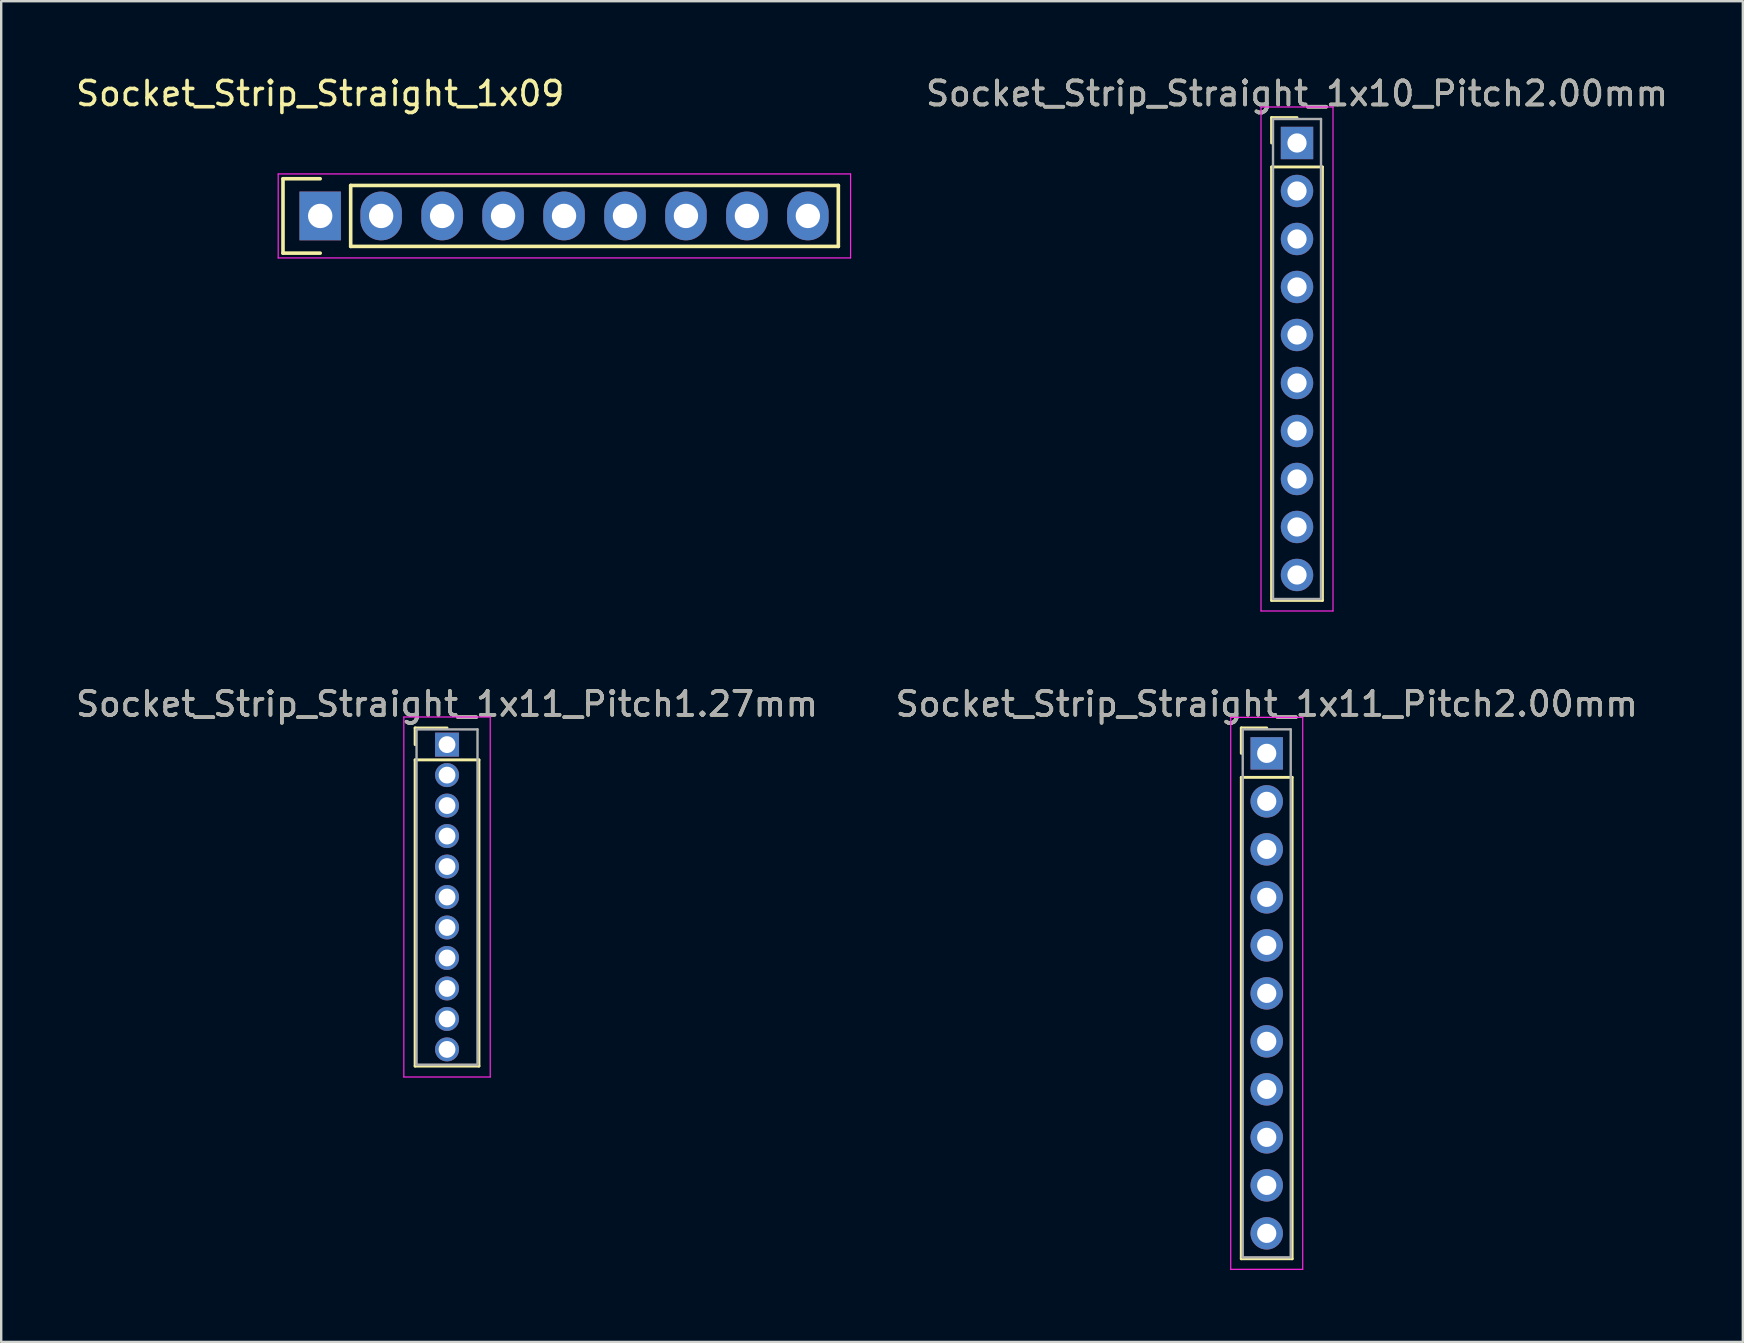
<source format=kicad_pcb>
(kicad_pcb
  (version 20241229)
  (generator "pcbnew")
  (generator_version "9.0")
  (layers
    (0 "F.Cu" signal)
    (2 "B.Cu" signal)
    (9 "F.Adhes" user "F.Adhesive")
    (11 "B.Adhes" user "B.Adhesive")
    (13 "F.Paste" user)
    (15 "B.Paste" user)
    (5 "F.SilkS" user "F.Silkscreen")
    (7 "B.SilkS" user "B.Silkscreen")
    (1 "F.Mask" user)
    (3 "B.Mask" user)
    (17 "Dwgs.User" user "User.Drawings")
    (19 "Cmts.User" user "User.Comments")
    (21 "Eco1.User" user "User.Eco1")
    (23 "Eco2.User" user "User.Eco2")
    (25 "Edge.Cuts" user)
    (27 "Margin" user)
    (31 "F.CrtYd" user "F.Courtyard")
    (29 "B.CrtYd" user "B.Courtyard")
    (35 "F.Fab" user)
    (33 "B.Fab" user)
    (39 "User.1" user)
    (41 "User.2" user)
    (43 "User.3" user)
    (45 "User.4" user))
  (footprint "Socket_Strip_Straight_1x09"
    (layer "F.Cu")
    (at 10.292 5.948)
    (property "Reference" "Socket_Strip_Straight_1x09" (at 0 -5.1 0) (layer "F.SilkS") (effects (font (size 1 1) (thickness 0.15))))
    (attr through_hole)
    (fp_line (start -1.55 -1.55) (end -1.55 1.55) (stroke (width 0.15) (type solid)) (layer "F.SilkS"))
    (fp_line (start -1.55 1.55) (end 0 1.55) (stroke (width 0.15) (type solid)) (layer "F.SilkS"))
    (fp_line (start 0 -1.55) (end -1.55 -1.55) (stroke (width 0.15) (type solid)) (layer "F.SilkS"))
    (fp_line (start 1.27 1.27) (end 1.27 -1.27) (stroke (width 0.15) (type solid)) (layer "F.SilkS"))
    (fp_line (start 1.27 1.27) (end 21.59 1.27) (stroke (width 0.15) (type solid)) (layer "F.SilkS"))
    (fp_line (start 21.59 -1.27) (end 1.27 -1.27) (stroke (width 0.15) (type solid)) (layer "F.SilkS"))
    (fp_line (start 21.59 1.27) (end 21.59 -1.27) (stroke (width 0.15) (type solid)) (layer "F.SilkS"))
    (fp_line (start -1.75 -1.75) (end -1.75 1.75) (stroke (width 0.05) (type solid)) (layer "F.CrtYd"))
    (fp_line (start -1.75 -1.75) (end 22.1 -1.75) (stroke (width 0.05) (type solid)) (layer "F.CrtYd"))
    (fp_line (start -1.75 1.75) (end 22.1 1.75) (stroke (width 0.05) (type solid)) (layer "F.CrtYd"))
    (fp_line (start 22.1 -1.75) (end 22.1 1.75) (stroke (width 0.05) (type solid)) (layer "F.CrtYd"))
    (pad "1" thru_hole rect (at 0 0) (size 1.727 2.032) (drill 1.016) (layers "*.Cu" "*.Mask"))
    (pad "2" thru_hole oval (at 2.54 0) (size 1.727 2.032) (drill 1.016) (layers "*.Cu" "*.Mask"))
    (pad "3" thru_hole oval (at 5.08 0) (size 1.727 2.032) (drill 1.016) (layers "*.Cu" "*.Mask"))
    (pad "4" thru_hole oval (at 7.62 0) (size 1.727 2.032) (drill 1.016) (layers "*.Cu" "*.Mask"))
    (pad "5" thru_hole oval (at 10.16 0) (size 1.727 2.032) (drill 1.016) (layers "*.Cu" "*.Mask"))
    (pad "6" thru_hole oval (at 12.7 0) (size 1.727 2.032) (drill 1.016) (layers "*.Cu" "*.Mask"))
    (pad "7" thru_hole oval (at 15.24 0) (size 1.727 2.032) (drill 1.016) (layers "*.Cu" "*.Mask"))
    (pad "8" thru_hole oval (at 17.78 0) (size 1.727 2.032) (drill 1.016) (layers "*.Cu" "*.Mask"))
    (pad "9" thru_hole oval (at 20.32 0) (size 1.727 2.032) (drill 1.016) (layers "*.Cu" "*.Mask")))
  (footprint "Socket_Strip_Straight_1x11_Pitch2.00mm"
    (layer "F.Cu")
    (at 49.732 28.341)
    (property "Reference" "Socket_Strip_Straight_1x11_Pitch2.00mm" (at 0 -2.06 0) (layer "F.SilkS") (effects (font (size 1 1) (thickness 0.15))))
    (attr through_hole)
    (fp_line (start -1.06 -1.06) (end 0 -1.06) (stroke (width 0.12) (type solid)) (layer "F.SilkS"))
    (fp_line (start -1.06 0) (end -1.06 -1.06) (stroke (width 0.12) (type solid)) (layer "F.SilkS"))
    (fp_line (start -1.06 1) (end -1.06 21.06) (stroke (width 0.12) (type solid)) (layer "F.SilkS"))
    (fp_line (start -1.06 21.06) (end 1.06 21.06) (stroke (width 0.12) (type solid)) (layer "F.SilkS"))
    (fp_line (start 1.06 1) (end -1.06 1) (stroke (width 0.12) (type solid)) (layer "F.SilkS"))
    (fp_line (start 1.06 21.06) (end 1.06 1) (stroke (width 0.12) (type solid)) (layer "F.SilkS"))
    (fp_line (start -1.5 -1.5) (end -1.5 21.5) (stroke (width 0.05) (type solid)) (layer "F.CrtYd"))
    (fp_line (start -1.5 21.5) (end 1.5 21.5) (stroke (width 0.05) (type solid)) (layer "F.CrtYd"))
    (fp_line (start 1.5 -1.5) (end -1.5 -1.5) (stroke (width 0.05) (type solid)) (layer "F.CrtYd"))
    (fp_line (start 1.5 21.5) (end 1.5 -1.5) (stroke (width 0.05) (type solid)) (layer "F.CrtYd"))
    (fp_line (start -1 -1) (end -1 21) (stroke (width 0.1) (type solid)) (layer "F.Fab"))
    (fp_line (start -1 21) (end 1 21) (stroke (width 0.1) (type solid)) (layer "F.Fab"))
    (fp_line (start 1 -1) (end -1 -1) (stroke (width 0.1) (type solid)) (layer "F.Fab"))
    (fp_line (start 1 21) (end 1 -1) (stroke (width 0.1) (type solid)) (layer "F.Fab"))
    (fp_text user "${REFERENCE}" (at 0 -2.06 0) (layer "F.Fab") (effects (font (size 1 1) (thickness 0.15))))
    (pad "1" thru_hole rect (at 0 0) (size 1.35 1.35) (drill 0.8) (layers "*.Cu" "*.Mask"))
    (pad "2" thru_hole oval (at 0 2) (size 1.35 1.35) (drill 0.8) (layers "*.Cu" "*.Mask"))
    (pad "3" thru_hole oval (at 0 4) (size 1.35 1.35) (drill 0.8) (layers "*.Cu" "*.Mask"))
    (pad "4" thru_hole oval (at 0 6) (size 1.35 1.35) (drill 0.8) (layers "*.Cu" "*.Mask"))
    (pad "5" thru_hole oval (at 0 8) (size 1.35 1.35) (drill 0.8) (layers "*.Cu" "*.Mask"))
    (pad "6" thru_hole oval (at 0 10) (size 1.35 1.35) (drill 0.8) (layers "*.Cu" "*.Mask"))
    (pad "7" thru_hole oval (at 0 12) (size 1.35 1.35) (drill 0.8) (layers "*.Cu" "*.Mask"))
    (pad "8" thru_hole oval (at 0 14) (size 1.35 1.35) (drill 0.8) (layers "*.Cu" "*.Mask"))
    (pad "9" thru_hole oval (at 0 16) (size 1.35 1.35) (drill 0.8) (layers "*.Cu" "*.Mask"))
    (pad "10" thru_hole oval (at 0 18) (size 1.35 1.35) (drill 0.8) (layers "*.Cu" "*.Mask"))
    (pad "11" thru_hole oval (at 0 20) (size 1.35 1.35) (drill 0.8) (layers "*.Cu" "*.Mask")))
  (footprint "Socket_Strip_Straight_1x11_Pitch1.27mm"
    (layer "F.Cu")
    (at 15.577 27.977)
    (property "Reference" "Socket_Strip_Straight_1x11_Pitch1.27mm" (at 0 -1.695 0) (layer "F.SilkS") (effects (font (size 1 1) (thickness 0.15))))
    (attr through_hole)
    (fp_line (start -1.33 -0.695) (end 0 -0.695) (stroke (width 0.12) (type solid)) (layer "F.SilkS"))
    (fp_line (start -1.33 0) (end -1.33 -0.695) (stroke (width 0.12) (type solid)) (layer "F.SilkS"))
    (fp_line (start -1.33 0.635) (end -1.33 13.395) (stroke (width 0.12) (type solid)) (layer "F.SilkS"))
    (fp_line (start -1.33 13.395) (end 1.33 13.395) (stroke (width 0.12) (type solid)) (layer "F.SilkS"))
    (fp_line (start 1.33 0.635) (end -1.33 0.635) (stroke (width 0.12) (type solid)) (layer "F.SilkS"))
    (fp_line (start 1.33 13.395) (end 1.33 0.635) (stroke (width 0.12) (type solid)) (layer "F.SilkS"))
    (fp_line (start -1.8 -1.15) (end -1.8 13.85) (stroke (width 0.05) (type solid)) (layer "F.CrtYd"))
    (fp_line (start -1.8 13.85) (end 1.8 13.85) (stroke (width 0.05) (type solid)) (layer "F.CrtYd"))
    (fp_line (start 1.8 -1.15) (end -1.8 -1.15) (stroke (width 0.05) (type solid)) (layer "F.CrtYd"))
    (fp_line (start 1.8 13.85) (end 1.8 -1.15) (stroke (width 0.05) (type solid)) (layer "F.CrtYd"))
    (fp_line (start -1.27 -0.635) (end -1.27 13.335) (stroke (width 0.1) (type solid)) (layer "F.Fab"))
    (fp_line (start -1.27 13.335) (end 1.27 13.335) (stroke (width 0.1) (type solid)) (layer "F.Fab"))
    (fp_line (start 1.27 -0.635) (end -1.27 -0.635) (stroke (width 0.1) (type solid)) (layer "F.Fab"))
    (fp_line (start 1.27 13.335) (end 1.27 -0.635) (stroke (width 0.1) (type solid)) (layer "F.Fab"))
    (fp_text user "${REFERENCE}" (at 0 -1.695 0) (layer "F.Fab") (effects (font (size 1 1) (thickness 0.15))))
    (pad "1" thru_hole rect (at 0 0) (size 1 1) (drill 0.7) (layers "*.Cu" "*.Mask"))
    (pad "2" thru_hole oval (at 0 1.27) (size 1 1) (drill 0.7) (layers "*.Cu" "*.Mask"))
    (pad "3" thru_hole oval (at 0 2.54) (size 1 1) (drill 0.7) (layers "*.Cu" "*.Mask"))
    (pad "4" thru_hole oval (at 0 3.81) (size 1 1) (drill 0.7) (layers "*.Cu" "*.Mask"))
    (pad "5" thru_hole oval (at 0 5.08) (size 1 1) (drill 0.7) (layers "*.Cu" "*.Mask"))
    (pad "6" thru_hole oval (at 0 6.35) (size 1 1) (drill 0.7) (layers "*.Cu" "*.Mask"))
    (pad "7" thru_hole oval (at 0 7.62) (size 1 1) (drill 0.7) (layers "*.Cu" "*.Mask"))
    (pad "8" thru_hole oval (at 0 8.89) (size 1 1) (drill 0.7) (layers "*.Cu" "*.Mask"))
    (pad "9" thru_hole oval (at 0 10.16) (size 1 1) (drill 0.7) (layers "*.Cu" "*.Mask"))
    (pad "10" thru_hole oval (at 0 11.43) (size 1 1) (drill 0.7) (layers "*.Cu" "*.Mask"))
    (pad "11" thru_hole oval (at 0 12.7) (size 1 1) (drill 0.7) (layers "*.Cu" "*.Mask")))
  (footprint "Socket_Strip_Straight_1x10_Pitch2.00mm"
    (layer "F.Cu")
    (at 50.994 2.908)
    (property "Reference" "Socket_Strip_Straight_1x10_Pitch2.00mm" (at 0 -2.06 0) (layer "F.SilkS") (effects (font (size 1 1) (thickness 0.15))))
    (attr through_hole)
    (fp_line (start -1.06 -1.06) (end 0 -1.06) (stroke (width 0.12) (type solid)) (layer "F.SilkS"))
    (fp_line (start -1.06 0) (end -1.06 -1.06) (stroke (width 0.12) (type solid)) (layer "F.SilkS"))
    (fp_line (start -1.06 1) (end -1.06 19.06) (stroke (width 0.12) (type solid)) (layer "F.SilkS"))
    (fp_line (start -1.06 19.06) (end 1.06 19.06) (stroke (width 0.12) (type solid)) (layer "F.SilkS"))
    (fp_line (start 1.06 1) (end -1.06 1) (stroke (width 0.12) (type solid)) (layer "F.SilkS"))
    (fp_line (start 1.06 19.06) (end 1.06 1) (stroke (width 0.12) (type solid)) (layer "F.SilkS"))
    (fp_line (start -1.5 -1.5) (end -1.5 19.5) (stroke (width 0.05) (type solid)) (layer "F.CrtYd"))
    (fp_line (start -1.5 19.5) (end 1.5 19.5) (stroke (width 0.05) (type solid)) (layer "F.CrtYd"))
    (fp_line (start 1.5 -1.5) (end -1.5 -1.5) (stroke (width 0.05) (type solid)) (layer "F.CrtYd"))
    (fp_line (start 1.5 19.5) (end 1.5 -1.5) (stroke (width 0.05) (type solid)) (layer "F.CrtYd"))
    (fp_line (start -1 -1) (end -1 19) (stroke (width 0.1) (type solid)) (layer "F.Fab"))
    (fp_line (start -1 19) (end 1 19) (stroke (width 0.1) (type solid)) (layer "F.Fab"))
    (fp_line (start 1 -1) (end -1 -1) (stroke (width 0.1) (type solid)) (layer "F.Fab"))
    (fp_line (start 1 19) (end 1 -1) (stroke (width 0.1) (type solid)) (layer "F.Fab"))
    (fp_text user "${REFERENCE}" (at 0 -2.06 0) (layer "F.Fab") (effects (font (size 1 1) (thickness 0.15))))
    (pad "1" thru_hole rect (at 0 0) (size 1.35 1.35) (drill 0.8) (layers "*.Cu" "*.Mask"))
    (pad "2" thru_hole oval (at 0 2) (size 1.35 1.35) (drill 0.8) (layers "*.Cu" "*.Mask"))
    (pad "3" thru_hole oval (at 0 4) (size 1.35 1.35) (drill 0.8) (layers "*.Cu" "*.Mask"))
    (pad "4" thru_hole oval (at 0 6) (size 1.35 1.35) (drill 0.8) (layers "*.Cu" "*.Mask"))
    (pad "5" thru_hole oval (at 0 8) (size 1.35 1.35) (drill 0.8) (layers "*.Cu" "*.Mask"))
    (pad "6" thru_hole oval (at 0 10) (size 1.35 1.35) (drill 0.8) (layers "*.Cu" "*.Mask"))
    (pad "7" thru_hole oval (at 0 12) (size 1.35 1.35) (drill 0.8) (layers "*.Cu" "*.Mask"))
    (pad "8" thru_hole oval (at 0 14) (size 1.35 1.35) (drill 0.8) (layers "*.Cu" "*.Mask"))
    (pad "9" thru_hole oval (at 0 16) (size 1.35 1.35) (drill 0.8) (layers "*.Cu" "*.Mask"))
    (pad "10" thru_hole oval (at 0 18) (size 1.35 1.35) (drill 0.8) (layers "*.Cu" "*.Mask")))
  (gr_rect
    (start -3 -3)
    (end 69.571 52.867)
    (stroke (width 0.1) (type default))
    (fill no)
    (layer "Edge.Cuts")))
</source>
